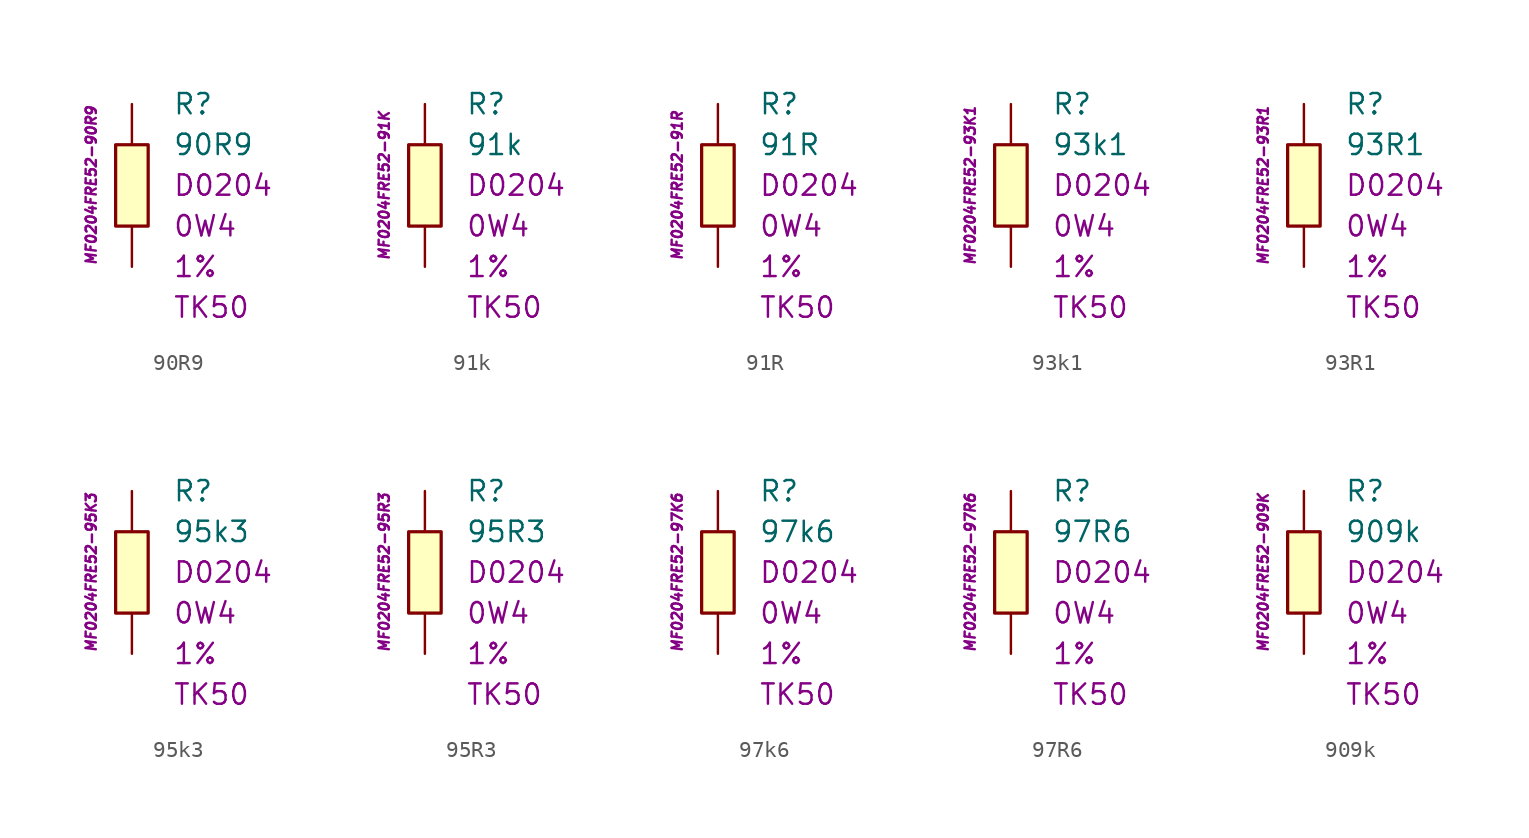
<source format=kicad_sym>
(kicad_symbol_lib
  (version 20201005)
  (generator kicad_symbol_editor)
  (symbol "90R9"
    (pin_numbers hide)
    (pin_names
      (offset 1.016) hide)
    (property "Reference" "R"
      (at 2.54 5.08 0)
      (effects (font (size 1.27 1.27)) (justify left)))
    (property "Value" "90R9"
      (at 2.54 2.54 0)
      (effects (font (size 1.27 1.27)) (justify left)))
    (property "Package" "D0204"
      (at 2.54 0 0)
      (effects (font (size 1.27 1.27)) (justify left)))
    (property "Power" "0W4"
      (at 2.54 -2.54 0)
      (effects (font (size 1.27 1.27)) (justify left)))
    (property "Tolerance" "1%"
      (at 2.54 -5.08 0)
      (effects (font (size 1.27 1.27)) (justify left)))
    (property "TK" "TK50"
      (at 2.54 -7.62 0)
      (effects (font (size 1.27 1.27)) (justify left)))
    (property "ID" "MF0204FRE52-90R9"
      (at -2.54 0 90)
      (effects (font (size 0.635 0.635) italic)))
    (symbol "90R9_0_1"
      (rectangle (start -1.016 2.54) (end 1.016 -2.54) (stroke (width 0.203)) (fill (type background))))
    (symbol "90R9_1_1"
      (pin passive line (at 0 5.08 270) (length 2.54) (name "~" (effects (font (size 1.778 1.778)))) (number "1" (effects (font (size 1.778 1.778)))))
      (pin passive line (at 0 -5.08 90) (length 2.54) (name "~" (effects (font (size 1.778 1.778)))) (number "2" (effects (font (size 1.778 1.778)))))))
  (symbol "91k"
    (pin_numbers hide)
    (pin_names
      (offset 1.016) hide)
    (property "Reference" "R"
      (at 2.54 5.08 0)
      (effects (font (size 1.27 1.27)) (justify left)))
    (property "Value" "91k"
      (at 2.54 2.54 0)
      (effects (font (size 1.27 1.27)) (justify left)))
    (property "Package" "D0204"
      (at 2.54 0 0)
      (effects (font (size 1.27 1.27)) (justify left)))
    (property "Power" "0W4"
      (at 2.54 -2.54 0)
      (effects (font (size 1.27 1.27)) (justify left)))
    (property "Tolerance" "1%"
      (at 2.54 -5.08 0)
      (effects (font (size 1.27 1.27)) (justify left)))
    (property "TK" "TK50"
      (at 2.54 -7.62 0)
      (effects (font (size 1.27 1.27)) (justify left)))
    (property "ID" "MF0204FRE52-91K"
      (at -2.54 0 90)
      (effects (font (size 0.635 0.635) italic)))
    (symbol "91k_0_1"
      (rectangle (start -1.016 2.54) (end 1.016 -2.54) (stroke (width 0.203)) (fill (type background))))
    (symbol "91k_1_1"
      (pin passive line (at 0 5.08 270) (length 2.54) (name "~" (effects (font (size 1.778 1.778)))) (number "1" (effects (font (size 1.778 1.778)))))
      (pin passive line (at 0 -5.08 90) (length 2.54) (name "~" (effects (font (size 1.778 1.778)))) (number "2" (effects (font (size 1.778 1.778)))))))
  (symbol "91R"
    (pin_numbers hide)
    (pin_names
      (offset 1.016) hide)
    (property "Reference" "R"
      (at 2.54 5.08 0)
      (effects (font (size 1.27 1.27)) (justify left)))
    (property "Value" "91R"
      (at 2.54 2.54 0)
      (effects (font (size 1.27 1.27)) (justify left)))
    (property "Package" "D0204"
      (at 2.54 0 0)
      (effects (font (size 1.27 1.27)) (justify left)))
    (property "Power" "0W4"
      (at 2.54 -2.54 0)
      (effects (font (size 1.27 1.27)) (justify left)))
    (property "Tolerance" "1%"
      (at 2.54 -5.08 0)
      (effects (font (size 1.27 1.27)) (justify left)))
    (property "TK" "TK50"
      (at 2.54 -7.62 0)
      (effects (font (size 1.27 1.27)) (justify left)))
    (property "ID" "MF0204FRE52-91R"
      (at -2.54 0 90)
      (effects (font (size 0.635 0.635) italic)))
    (symbol "91R_0_1"
      (rectangle (start -1.016 2.54) (end 1.016 -2.54) (stroke (width 0.203)) (fill (type background))))
    (symbol "91R_1_1"
      (pin passive line (at 0 5.08 270) (length 2.54) (name "~" (effects (font (size 1.778 1.778)))) (number "1" (effects (font (size 1.778 1.778)))))
      (pin passive line (at 0 -5.08 90) (length 2.54) (name "~" (effects (font (size 1.778 1.778)))) (number "2" (effects (font (size 1.778 1.778)))))))
  (symbol "93k1"
    (pin_numbers hide)
    (pin_names
      (offset 1.016) hide)
    (property "Reference" "R"
      (at 2.54 5.08 0)
      (effects (font (size 1.27 1.27)) (justify left)))
    (property "Value" "93k1"
      (at 2.54 2.54 0)
      (effects (font (size 1.27 1.27)) (justify left)))
    (property "Package" "D0204"
      (at 2.54 0 0)
      (effects (font (size 1.27 1.27)) (justify left)))
    (property "Power" "0W4"
      (at 2.54 -2.54 0)
      (effects (font (size 1.27 1.27)) (justify left)))
    (property "Tolerance" "1%"
      (at 2.54 -5.08 0)
      (effects (font (size 1.27 1.27)) (justify left)))
    (property "TK" "TK50"
      (at 2.54 -7.62 0)
      (effects (font (size 1.27 1.27)) (justify left)))
    (property "ID" "MF0204FRE52-93K1"
      (at -2.54 0 90)
      (effects (font (size 0.635 0.635) italic)))
    (symbol "93k1_0_1"
      (rectangle (start -1.016 2.54) (end 1.016 -2.54) (stroke (width 0.203)) (fill (type background))))
    (symbol "93k1_1_1"
      (pin passive line (at 0 5.08 270) (length 2.54) (name "~" (effects (font (size 1.778 1.778)))) (number "1" (effects (font (size 1.778 1.778)))))
      (pin passive line (at 0 -5.08 90) (length 2.54) (name "~" (effects (font (size 1.778 1.778)))) (number "2" (effects (font (size 1.778 1.778)))))))
  (symbol "93R1"
    (pin_numbers hide)
    (pin_names
      (offset 1.016) hide)
    (property "Reference" "R"
      (at 2.54 5.08 0)
      (effects (font (size 1.27 1.27)) (justify left)))
    (property "Value" "93R1"
      (at 2.54 2.54 0)
      (effects (font (size 1.27 1.27)) (justify left)))
    (property "Package" "D0204"
      (at 2.54 0 0)
      (effects (font (size 1.27 1.27)) (justify left)))
    (property "Power" "0W4"
      (at 2.54 -2.54 0)
      (effects (font (size 1.27 1.27)) (justify left)))
    (property "Tolerance" "1%"
      (at 2.54 -5.08 0)
      (effects (font (size 1.27 1.27)) (justify left)))
    (property "TK" "TK50"
      (at 2.54 -7.62 0)
      (effects (font (size 1.27 1.27)) (justify left)))
    (property "ID" "MF0204FRE52-93R1"
      (at -2.54 0 90)
      (effects (font (size 0.635 0.635) italic)))
    (symbol "93R1_0_1"
      (rectangle (start -1.016 2.54) (end 1.016 -2.54) (stroke (width 0.203)) (fill (type background))))
    (symbol "93R1_1_1"
      (pin passive line (at 0 5.08 270) (length 2.54) (name "~" (effects (font (size 1.778 1.778)))) (number "1" (effects (font (size 1.778 1.778)))))
      (pin passive line (at 0 -5.08 90) (length 2.54) (name "~" (effects (font (size 1.778 1.778)))) (number "2" (effects (font (size 1.778 1.778)))))))
  (symbol "95k3"
    (pin_numbers hide)
    (pin_names
      (offset 1.016) hide)
    (property "Reference" "R"
      (at 2.54 5.08 0)
      (effects (font (size 1.27 1.27)) (justify left)))
    (property "Value" "95k3"
      (at 2.54 2.54 0)
      (effects (font (size 1.27 1.27)) (justify left)))
    (property "Package" "D0204"
      (at 2.54 0 0)
      (effects (font (size 1.27 1.27)) (justify left)))
    (property "Power" "0W4"
      (at 2.54 -2.54 0)
      (effects (font (size 1.27 1.27)) (justify left)))
    (property "Tolerance" "1%"
      (at 2.54 -5.08 0)
      (effects (font (size 1.27 1.27)) (justify left)))
    (property "TK" "TK50"
      (at 2.54 -7.62 0)
      (effects (font (size 1.27 1.27)) (justify left)))
    (property "ID" "MF0204FRE52-95K3"
      (at -2.54 0 90)
      (effects (font (size 0.635 0.635) italic)))
    (symbol "95k3_0_1"
      (rectangle (start -1.016 2.54) (end 1.016 -2.54) (stroke (width 0.203)) (fill (type background))))
    (symbol "95k3_1_1"
      (pin passive line (at 0 5.08 270) (length 2.54) (name "~" (effects (font (size 1.778 1.778)))) (number "1" (effects (font (size 1.778 1.778)))))
      (pin passive line (at 0 -5.08 90) (length 2.54) (name "~" (effects (font (size 1.778 1.778)))) (number "2" (effects (font (size 1.778 1.778)))))))
  (symbol "95R3"
    (pin_numbers hide)
    (pin_names
      (offset 1.016) hide)
    (property "Reference" "R"
      (at 2.54 5.08 0)
      (effects (font (size 1.27 1.27)) (justify left)))
    (property "Value" "95R3"
      (at 2.54 2.54 0)
      (effects (font (size 1.27 1.27)) (justify left)))
    (property "Package" "D0204"
      (at 2.54 0 0)
      (effects (font (size 1.27 1.27)) (justify left)))
    (property "Power" "0W4"
      (at 2.54 -2.54 0)
      (effects (font (size 1.27 1.27)) (justify left)))
    (property "Tolerance" "1%"
      (at 2.54 -5.08 0)
      (effects (font (size 1.27 1.27)) (justify left)))
    (property "TK" "TK50"
      (at 2.54 -7.62 0)
      (effects (font (size 1.27 1.27)) (justify left)))
    (property "ID" "MF0204FRE52-95R3"
      (at -2.54 0 90)
      (effects (font (size 0.635 0.635) italic)))
    (symbol "95R3_0_1"
      (rectangle (start -1.016 2.54) (end 1.016 -2.54) (stroke (width 0.203)) (fill (type background))))
    (symbol "95R3_1_1"
      (pin passive line (at 0 5.08 270) (length 2.54) (name "~" (effects (font (size 1.778 1.778)))) (number "1" (effects (font (size 1.778 1.778)))))
      (pin passive line (at 0 -5.08 90) (length 2.54) (name "~" (effects (font (size 1.778 1.778)))) (number "2" (effects (font (size 1.778 1.778)))))))
  (symbol "97k6"
    (pin_numbers hide)
    (pin_names
      (offset 1.016) hide)
    (property "Reference" "R"
      (at 2.54 5.08 0)
      (effects (font (size 1.27 1.27)) (justify left)))
    (property "Value" "97k6"
      (at 2.54 2.54 0)
      (effects (font (size 1.27 1.27)) (justify left)))
    (property "Package" "D0204"
      (at 2.54 0 0)
      (effects (font (size 1.27 1.27)) (justify left)))
    (property "Power" "0W4"
      (at 2.54 -2.54 0)
      (effects (font (size 1.27 1.27)) (justify left)))
    (property "Tolerance" "1%"
      (at 2.54 -5.08 0)
      (effects (font (size 1.27 1.27)) (justify left)))
    (property "TK" "TK50"
      (at 2.54 -7.62 0)
      (effects (font (size 1.27 1.27)) (justify left)))
    (property "ID" "MF0204FRE52-97K6"
      (at -2.54 0 90)
      (effects (font (size 0.635 0.635) italic)))
    (symbol "97k6_0_1"
      (rectangle (start -1.016 2.54) (end 1.016 -2.54) (stroke (width 0.203)) (fill (type background))))
    (symbol "97k6_1_1"
      (pin passive line (at 0 5.08 270) (length 2.54) (name "~" (effects (font (size 1.778 1.778)))) (number "1" (effects (font (size 1.778 1.778)))))
      (pin passive line (at 0 -5.08 90) (length 2.54) (name "~" (effects (font (size 1.778 1.778)))) (number "2" (effects (font (size 1.778 1.778)))))))
  (symbol "97R6"
    (pin_numbers hide)
    (pin_names
      (offset 1.016) hide)
    (property "Reference" "R"
      (at 2.54 5.08 0)
      (effects (font (size 1.27 1.27)) (justify left)))
    (property "Value" "97R6"
      (at 2.54 2.54 0)
      (effects (font (size 1.27 1.27)) (justify left)))
    (property "Package" "D0204"
      (at 2.54 0 0)
      (effects (font (size 1.27 1.27)) (justify left)))
    (property "Power" "0W4"
      (at 2.54 -2.54 0)
      (effects (font (size 1.27 1.27)) (justify left)))
    (property "Tolerance" "1%"
      (at 2.54 -5.08 0)
      (effects (font (size 1.27 1.27)) (justify left)))
    (property "TK" "TK50"
      (at 2.54 -7.62 0)
      (effects (font (size 1.27 1.27)) (justify left)))
    (property "ID" "MF0204FRE52-97R6"
      (at -2.54 0 90)
      (effects (font (size 0.635 0.635) italic)))
    (symbol "97R6_0_1"
      (rectangle (start -1.016 2.54) (end 1.016 -2.54) (stroke (width 0.203)) (fill (type background))))
    (symbol "97R6_1_1"
      (pin passive line (at 0 5.08 270) (length 2.54) (name "~" (effects (font (size 1.778 1.778)))) (number "1" (effects (font (size 1.778 1.778)))))
      (pin passive line (at 0 -5.08 90) (length 2.54) (name "~" (effects (font (size 1.778 1.778)))) (number "2" (effects (font (size 1.778 1.778)))))))
  (symbol "909k"
    (pin_numbers hide)
    (pin_names
      (offset 1.016) hide)
    (property "Reference" "R"
      (at 2.54 5.08 0)
      (effects (font (size 1.27 1.27)) (justify left)))
    (property "Value" "909k"
      (at 2.54 2.54 0)
      (effects (font (size 1.27 1.27)) (justify left)))
    (property "Package" "D0204"
      (at 2.54 0 0)
      (effects (font (size 1.27 1.27)) (justify left)))
    (property "Power" "0W4"
      (at 2.54 -2.54 0)
      (effects (font (size 1.27 1.27)) (justify left)))
    (property "Tolerance" "1%"
      (at 2.54 -5.08 0)
      (effects (font (size 1.27 1.27)) (justify left)))
    (property "TK" "TK50"
      (at 2.54 -7.62 0)
      (effects (font (size 1.27 1.27)) (justify left)))
    (property "ID" "MF0204FRE52-909K"
      (at -2.54 0 90)
      (effects (font (size 0.635 0.635) italic)))
    (symbol "909k_0_1"
      (rectangle (start -1.016 2.54) (end 1.016 -2.54) (stroke (width 0.203)) (fill (type background))))
    (symbol "909k_1_1"
      (pin passive line (at 0 5.08 270) (length 2.54) (name "~" (effects (font (size 1.778 1.778)))) (number "1" (effects (font (size 1.778 1.778)))))
      (pin passive line (at 0 -5.08 90) (length 2.54) (name "~" (effects (font (size 1.778 1.778)))) (number "2" (effects (font (size 1.778 1.778))))))))
</source>
